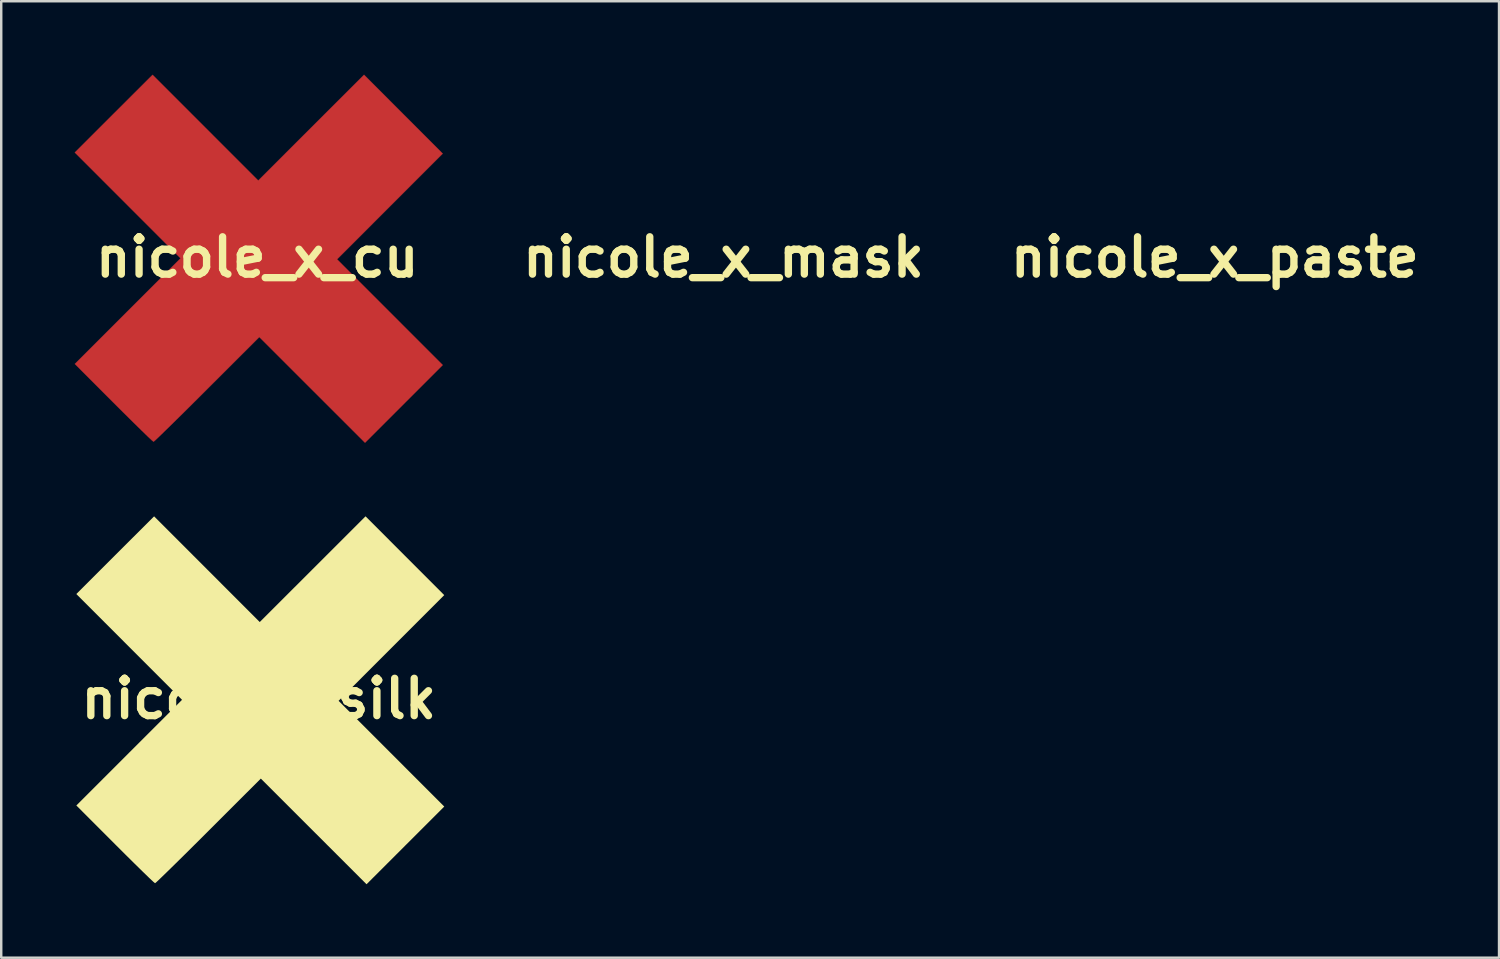
<source format=kicad_pcb>
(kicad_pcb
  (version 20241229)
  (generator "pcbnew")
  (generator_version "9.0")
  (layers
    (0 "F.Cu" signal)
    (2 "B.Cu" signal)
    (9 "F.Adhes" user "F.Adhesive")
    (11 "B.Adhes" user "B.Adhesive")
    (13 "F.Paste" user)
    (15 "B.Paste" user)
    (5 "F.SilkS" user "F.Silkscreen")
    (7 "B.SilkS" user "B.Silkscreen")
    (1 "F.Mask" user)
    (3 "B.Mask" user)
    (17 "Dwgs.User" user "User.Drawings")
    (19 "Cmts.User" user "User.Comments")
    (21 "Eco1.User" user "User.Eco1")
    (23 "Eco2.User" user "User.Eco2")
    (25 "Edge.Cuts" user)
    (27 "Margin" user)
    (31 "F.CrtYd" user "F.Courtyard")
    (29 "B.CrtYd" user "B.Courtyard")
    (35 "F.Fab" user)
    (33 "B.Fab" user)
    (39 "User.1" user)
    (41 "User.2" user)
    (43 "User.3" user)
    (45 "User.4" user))
  (footprint "nicole_x_paste"
    (layer "F.Cu")
    (at 46.568 7.456)
    (property "Reference" "nicole_x_paste" (at 0 0 0) (layer "F.SilkS") (effects (font (size 1.524 1.524) (thickness 0.3))))
    (attr through_hole)
    (fp_poly (pts (xy 5.969 -5.842) (xy 7.576 -4.233) (xy 5.419 -2.074) (xy 3.261 0.085) (xy 7.577 4.403) (xy 5.99 5.99) (xy 4.403 7.577) (xy 0.085 3.261) (xy -2.054 5.398) (xy -2.548 5.891) (xy -3.004 6.344) (xy -3.409 6.743) (xy -3.748 7.075) (xy -4.008 7.327) (xy -4.175 7.485) (xy -4.235 7.535) (xy -4.304 7.478) (xy -4.476 7.316) (xy -4.735 7.065) (xy -5.065 6.741) (xy -5.451 6.359) (xy -5.864 5.947) (xy -7.45 4.359) (xy -5.292 2.201) (xy -3.133 0.044) (xy -5.292 -2.117) (xy -7.451 -4.277) (xy -5.863 -5.864) (xy -4.274 -7.45) (xy -2.117 -5.292) (xy 0.041 -3.133) (xy 2.201 -5.292) (xy 4.362 -7.451) (xy 5.969 -5.842)) (stroke (width 0.01) (type solid)) (fill yes) (layer "F.Paste")))
  (footprint "nicole_x_cu"
    (layer "F.Cu")
    (at 7.456 7.456)
    (property "Reference" "nicole_x_cu" (at 0 0 0) (layer "F.SilkS") (effects (font (size 1.524 1.524) (thickness 0.3))))
    (attr through_hole)
    (fp_poly (pts (xy 5.969 -5.842) (xy 7.576 -4.233) (xy 5.419 -2.074) (xy 3.261 0.085) (xy 7.577 4.403) (xy 5.99 5.99) (xy 4.403 7.577) (xy 0.085 3.261) (xy -2.054 5.398) (xy -2.548 5.891) (xy -3.004 6.344) (xy -3.409 6.743) (xy -3.748 7.075) (xy -4.008 7.327) (xy -4.175 7.485) (xy -4.235 7.535) (xy -4.304 7.478) (xy -4.476 7.316) (xy -4.735 7.065) (xy -5.065 6.741) (xy -5.451 6.359) (xy -5.864 5.947) (xy -7.45 4.359) (xy -5.292 2.201) (xy -3.133 0.044) (xy -5.292 -2.117) (xy -7.451 -4.277) (xy -5.863 -5.864) (xy -4.274 -7.45) (xy -2.117 -5.292) (xy 0.041 -3.133) (xy 2.201 -5.292) (xy 4.362 -7.451) (xy 5.969 -5.842)) (stroke (width 0.01) (type solid)) (fill yes) (layer "F.Cu")))
  (footprint "nicole_x_silk"
    (layer "F.Cu")
    (at 7.518 25.489)
    (property "Reference" "nicole_x_silk" (at 0 0 0) (layer "F.SilkS") (effects (font (size 1.524 1.524) (thickness 0.3))))
    (attr through_hole)
    (fp_poly (pts (xy 5.969 -5.842) (xy 7.576 -4.233) (xy 5.419 -2.074) (xy 3.261 0.085) (xy 7.577 4.403) (xy 5.99 5.99) (xy 4.403 7.577) (xy 0.085 3.261) (xy -2.054 5.398) (xy -2.548 5.891) (xy -3.004 6.344) (xy -3.409 6.743) (xy -3.748 7.075) (xy -4.008 7.327) (xy -4.175 7.485) (xy -4.235 7.535) (xy -4.304 7.478) (xy -4.476 7.316) (xy -4.735 7.065) (xy -5.065 6.741) (xy -5.451 6.359) (xy -5.864 5.947) (xy -7.45 4.359) (xy -5.292 2.201) (xy -3.133 0.044) (xy -5.292 -2.117) (xy -7.451 -4.277) (xy -5.863 -5.864) (xy -4.274 -7.45) (xy -2.117 -5.292) (xy 0.041 -3.133) (xy 2.201 -5.292) (xy 4.362 -7.451) (xy 5.969 -5.842)) (stroke (width 0) (type solid)) (fill yes) (layer "F.SilkS")))
  (footprint "nicole_x_mask"
    (layer "F.Cu")
    (at 26.5 7.456)
    (property "Reference" "nicole_x_mask" (at 0 0 0) (layer "F.SilkS") (effects (font (size 1.524 1.524) (thickness 0.3))))
    (attr through_hole)
    (fp_poly (pts (xy 5.969 -5.842) (xy 7.576 -4.233) (xy 5.419 -2.074) (xy 3.261 0.085) (xy 7.577 4.403) (xy 5.99 5.99) (xy 4.403 7.577) (xy 0.085 3.261) (xy -2.054 5.398) (xy -2.548 5.891) (xy -3.004 6.344) (xy -3.409 6.743) (xy -3.748 7.075) (xy -4.008 7.327) (xy -4.175 7.485) (xy -4.235 7.535) (xy -4.304 7.478) (xy -4.476 7.316) (xy -4.735 7.065) (xy -5.065 6.741) (xy -5.451 6.359) (xy -5.864 5.947) (xy -7.45 4.359) (xy -5.292 2.201) (xy -3.133 0.044) (xy -5.292 -2.117) (xy -7.451 -4.277) (xy -5.863 -5.864) (xy -4.274 -7.45) (xy -2.117 -5.292) (xy 0.041 -3.133) (xy 2.201 -5.292) (xy 4.362 -7.451) (xy 5.969 -5.842)) (stroke (width 0.01) (type solid)) (fill yes) (layer "F.Mask")))
  (gr_rect
    (start -3 -3)
    (end 58.175 36.065)
    (stroke (width 0.1) (type default))
    (fill no)
    (layer "Edge.Cuts")))
</source>
